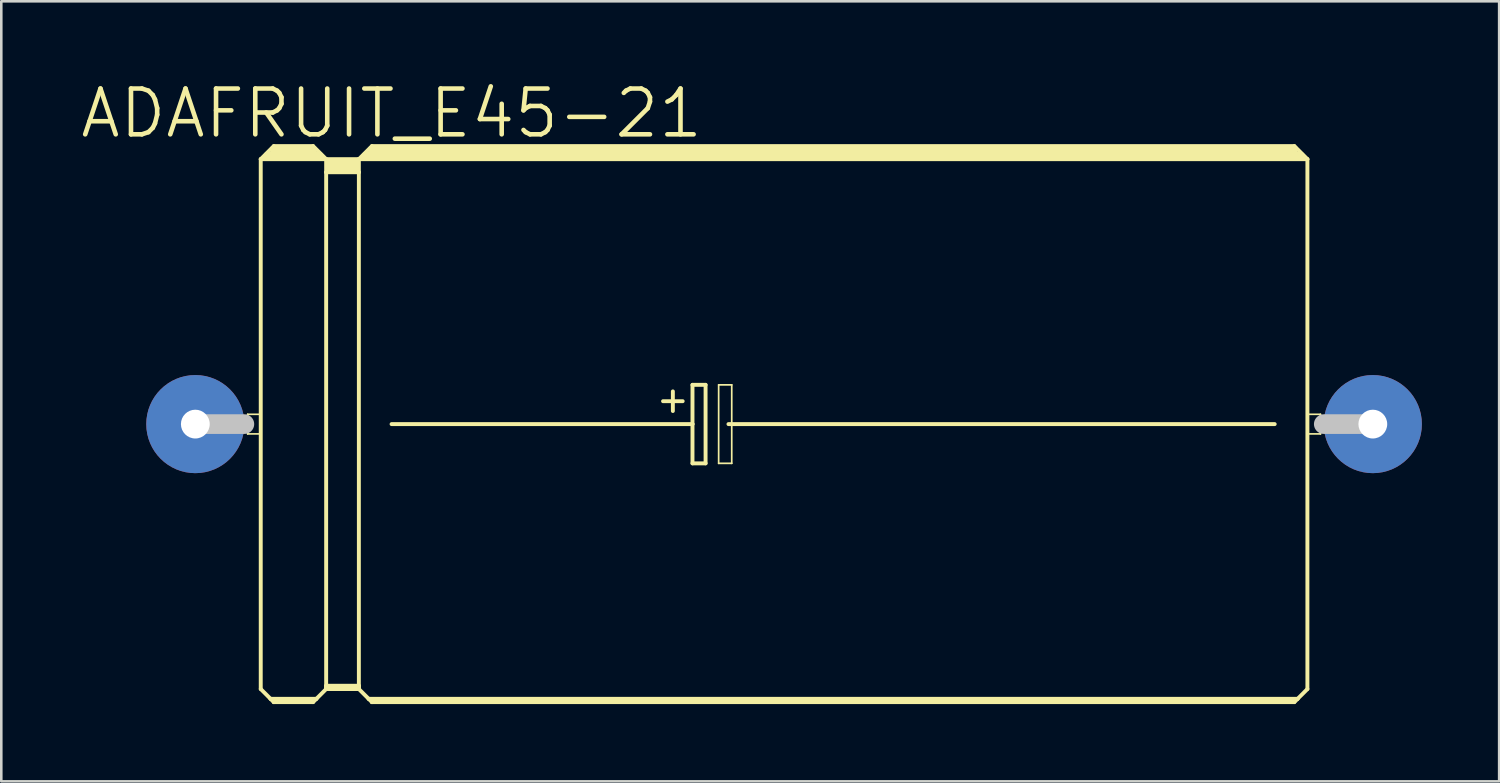
<source format=kicad_pcb>
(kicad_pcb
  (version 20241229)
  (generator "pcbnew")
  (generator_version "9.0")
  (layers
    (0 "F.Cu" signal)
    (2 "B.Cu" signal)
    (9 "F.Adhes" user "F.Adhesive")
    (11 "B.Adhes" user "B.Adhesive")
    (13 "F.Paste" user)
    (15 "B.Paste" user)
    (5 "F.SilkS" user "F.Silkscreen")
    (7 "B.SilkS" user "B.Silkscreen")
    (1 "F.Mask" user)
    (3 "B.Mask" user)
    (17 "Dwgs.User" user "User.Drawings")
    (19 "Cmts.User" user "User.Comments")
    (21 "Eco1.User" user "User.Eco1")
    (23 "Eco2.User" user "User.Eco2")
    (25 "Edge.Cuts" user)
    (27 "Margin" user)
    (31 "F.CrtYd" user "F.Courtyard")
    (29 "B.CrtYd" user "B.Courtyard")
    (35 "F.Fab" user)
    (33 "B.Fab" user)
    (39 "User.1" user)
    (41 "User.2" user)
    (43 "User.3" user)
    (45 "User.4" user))
  (footprint "ADAFRUIT_E45-21"
    (layer "F.Cu")
    (at 27.394 13.417)
    (property "Reference" "ADAFRUIT_E45-21" (at -15.24 -12.065 0) (layer "F.SilkS") (effects (font (size 1.778 1.778) (thickness 0.178))))
    (attr exclude_from_pos_files exclude_from_bom)
    (fp_line (start -20.828 -0.381) (end -20.32 -0.381) (stroke (width 0.066) (type solid)) (layer "F.SilkS"))
    (fp_line (start -20.828 0.381) (end -20.828 -0.381) (stroke (width 0.066) (type solid)) (layer "F.SilkS"))
    (fp_line (start -20.828 0.381) (end -20.32 0.381) (stroke (width 0.066) (type solid)) (layer "F.SilkS"))
    (fp_line (start -20.32 -10.287) (end -20.32 10.287) (stroke (width 0.152) (type solid)) (layer "F.SilkS"))
    (fp_line (start -20.32 -10.287) (end -19.812 -10.795) (stroke (width 0.152) (type solid)) (layer "F.SilkS"))
    (fp_line (start -20.32 -10.287) (end -17.78 -10.287) (stroke (width 0.152) (type solid)) (layer "F.SilkS"))
    (fp_line (start -20.32 0.381) (end -20.32 -0.381) (stroke (width 0.066) (type solid)) (layer "F.SilkS"))
    (fp_line (start -20.32 10.287) (end -19.939 10.668) (stroke (width 0.152) (type solid)) (layer "F.SilkS"))
    (fp_line (start -20.066 -10.414) (end -18.034 -10.414) (stroke (width 0.305) (type solid)) (layer "F.SilkS"))
    (fp_line (start -19.939 10.668) (end -19.812 10.795) (stroke (width 0.152) (type solid)) (layer "F.SilkS"))
    (fp_line (start -19.939 10.668) (end -18.161 10.668) (stroke (width 0.152) (type solid)) (layer "F.SilkS"))
    (fp_line (start -19.812 -10.795) (end -18.288 -10.795) (stroke (width 0.152) (type solid)) (layer "F.SilkS"))
    (fp_line (start -19.812 -10.668) (end -18.288 -10.668) (stroke (width 0.305) (type solid)) (layer "F.SilkS"))
    (fp_line (start -19.812 10.744) (end -18.288 10.744) (stroke (width 0.152) (type solid)) (layer "F.SilkS"))
    (fp_line (start -19.812 10.795) (end -19.812 10.744) (stroke (width 0.152) (type solid)) (layer "F.SilkS"))
    (fp_line (start -19.812 10.795) (end -18.288 10.795) (stroke (width 0.152) (type solid)) (layer "F.SilkS"))
    (fp_line (start -18.288 -10.795) (end -17.78 -10.287) (stroke (width 0.152) (type solid)) (layer "F.SilkS"))
    (fp_line (start -18.288 10.795) (end -18.161 10.668) (stroke (width 0.152) (type solid)) (layer "F.SilkS"))
    (fp_line (start -18.161 10.668) (end -17.78 10.287) (stroke (width 0.152) (type solid)) (layer "F.SilkS"))
    (fp_line (start -17.78 -10.287) (end -16.51 -10.287) (stroke (width 0.152) (type solid)) (layer "F.SilkS"))
    (fp_line (start -17.78 -9.779) (end -17.78 -10.287) (stroke (width 0.152) (type solid)) (layer "F.SilkS"))
    (fp_line (start -17.78 -9.779) (end -16.51 -9.779) (stroke (width 0.152) (type solid)) (layer "F.SilkS"))
    (fp_line (start -17.78 10.16) (end -17.78 -9.779) (stroke (width 0.152) (type solid)) (layer "F.SilkS"))
    (fp_line (start -17.78 10.16) (end -16.51 10.16) (stroke (width 0.152) (type solid)) (layer "F.SilkS"))
    (fp_line (start -17.78 10.236) (end -17.78 10.16) (stroke (width 0.152) (type solid)) (layer "F.SilkS"))
    (fp_line (start -17.78 10.236) (end -16.51 10.236) (stroke (width 0.152) (type solid)) (layer "F.SilkS"))
    (fp_line (start -17.78 10.287) (end -17.78 10.236) (stroke (width 0.152) (type solid)) (layer "F.SilkS"))
    (fp_line (start -17.78 10.287) (end -16.51 10.287) (stroke (width 0.152) (type solid)) (layer "F.SilkS"))
    (fp_line (start -17.65 -10.16) (end -16.637 -10.16) (stroke (width 0.305) (type solid)) (layer "F.SilkS"))
    (fp_line (start -17.65 -9.906) (end -16.637 -9.906) (stroke (width 0.305) (type solid)) (layer "F.SilkS"))
    (fp_line (start -16.51 -10.287) (end -16.002 -10.795) (stroke (width 0.152) (type solid)) (layer "F.SilkS"))
    (fp_line (start -16.51 -10.287) (end 20.32 -10.287) (stroke (width 0.152) (type solid)) (layer "F.SilkS"))
    (fp_line (start -16.51 -9.779) (end -16.51 -10.287) (stroke (width 0.152) (type solid)) (layer "F.SilkS"))
    (fp_line (start -16.51 10.16) (end -16.51 -9.779) (stroke (width 0.152) (type solid)) (layer "F.SilkS"))
    (fp_line (start -16.51 10.236) (end -16.51 10.16) (stroke (width 0.152) (type solid)) (layer "F.SilkS"))
    (fp_line (start -16.51 10.287) (end -16.51 10.236) (stroke (width 0.152) (type solid)) (layer "F.SilkS"))
    (fp_line (start -16.51 10.287) (end -16.129 10.668) (stroke (width 0.152) (type solid)) (layer "F.SilkS"))
    (fp_line (start -16.256 -10.414) (end 20.066 -10.414) (stroke (width 0.305) (type solid)) (layer "F.SilkS"))
    (fp_line (start -16.129 10.668) (end -16.002 10.795) (stroke (width 0.152) (type solid)) (layer "F.SilkS"))
    (fp_line (start -16.129 10.668) (end 19.939 10.668) (stroke (width 0.152) (type solid)) (layer "F.SilkS"))
    (fp_line (start -16.002 -10.795) (end 19.812 -10.795) (stroke (width 0.152) (type solid)) (layer "F.SilkS"))
    (fp_line (start -16.002 -10.668) (end 19.812 -10.668) (stroke (width 0.305) (type solid)) (layer "F.SilkS"))
    (fp_line (start -16.002 10.744) (end 19.812 10.744) (stroke (width 0.152) (type solid)) (layer "F.SilkS"))
    (fp_line (start -16.002 10.795) (end -16.002 10.744) (stroke (width 0.152) (type solid)) (layer "F.SilkS"))
    (fp_line (start -16.002 10.795) (end 19.812 10.795) (stroke (width 0.152) (type solid)) (layer "F.SilkS"))
    (fp_line (start -15.24 0) (end -3.556 0) (stroke (width 0.152) (type solid)) (layer "F.SilkS"))
    (fp_line (start -4.699 -0.889) (end -3.937 -0.889) (stroke (width 0.152) (type solid)) (layer "F.SilkS"))
    (fp_line (start -4.318 -1.27) (end -4.318 -0.508) (stroke (width 0.152) (type solid)) (layer "F.SilkS"))
    (fp_line (start -3.556 -1.524) (end -3.556 0) (stroke (width 0.152) (type solid)) (layer "F.SilkS"))
    (fp_line (start -3.556 0) (end -3.556 1.524) (stroke (width 0.152) (type solid)) (layer "F.SilkS"))
    (fp_line (start -3.556 1.524) (end -3.048 1.524) (stroke (width 0.152) (type solid)) (layer "F.SilkS"))
    (fp_line (start -3.048 -1.524) (end -3.556 -1.524) (stroke (width 0.152) (type solid)) (layer "F.SilkS"))
    (fp_line (start -3.048 1.524) (end -3.048 -1.524) (stroke (width 0.152) (type solid)) (layer "F.SilkS"))
    (fp_line (start -2.54 -1.524) (end -2.032 -1.524) (stroke (width 0.066) (type solid)) (layer "F.SilkS"))
    (fp_line (start -2.54 1.524) (end -2.54 -1.524) (stroke (width 0.066) (type solid)) (layer "F.SilkS"))
    (fp_line (start -2.54 1.524) (end -2.032 1.524) (stroke (width 0.066) (type solid)) (layer "F.SilkS"))
    (fp_line (start -2.159 0) (end 19.05 0) (stroke (width 0.152) (type solid)) (layer "F.SilkS"))
    (fp_line (start -2.032 1.524) (end -2.032 -1.524) (stroke (width 0.066) (type solid)) (layer "F.SilkS"))
    (fp_line (start 19.812 -10.795) (end 20.32 -10.287) (stroke (width 0.152) (type solid)) (layer "F.SilkS"))
    (fp_line (start 19.812 10.795) (end 19.939 10.668) (stroke (width 0.152) (type solid)) (layer "F.SilkS"))
    (fp_line (start 19.939 10.668) (end 20.32 10.287) (stroke (width 0.152) (type solid)) (layer "F.SilkS"))
    (fp_line (start 20.32 -10.287) (end 20.32 10.287) (stroke (width 0.152) (type solid)) (layer "F.SilkS"))
    (fp_line (start 20.32 -0.381) (end 20.828 -0.381) (stroke (width 0.066) (type solid)) (layer "F.SilkS"))
    (fp_line (start 20.32 0.381) (end 20.32 -0.381) (stroke (width 0.066) (type solid)) (layer "F.SilkS"))
    (fp_line (start 20.32 0.381) (end 20.828 0.381) (stroke (width 0.066) (type solid)) (layer "F.SilkS"))
    (fp_line (start 20.828 0.381) (end 20.828 -0.381) (stroke (width 0.066) (type solid)) (layer "F.SilkS"))
    (fp_line (start -22.86 0) (end -20.955 0) (stroke (width 0.762) (type solid)) (layer "Dwgs.User"))
    (fp_line (start 22.86 0) (end 20.955 0) (stroke (width 0.762) (type solid)) (layer "Dwgs.User"))
    (pad "+" thru_hole circle (at -22.86 0) (size 3.81 3.81) (drill 1.118) (layers "*.Cu" "*.Paste" "*.Mask"))
    (pad "-" thru_hole circle (at 22.86 0) (size 3.81 3.81) (drill 1.118) (layers "*.Cu" "*.Paste" "*.Mask")))
  (gr_rect
    (start -3 -3)
    (end 55.159 27.288)
    (stroke (width 0.1) (type default))
    (fill no)
    (layer "Edge.Cuts")))
</source>
